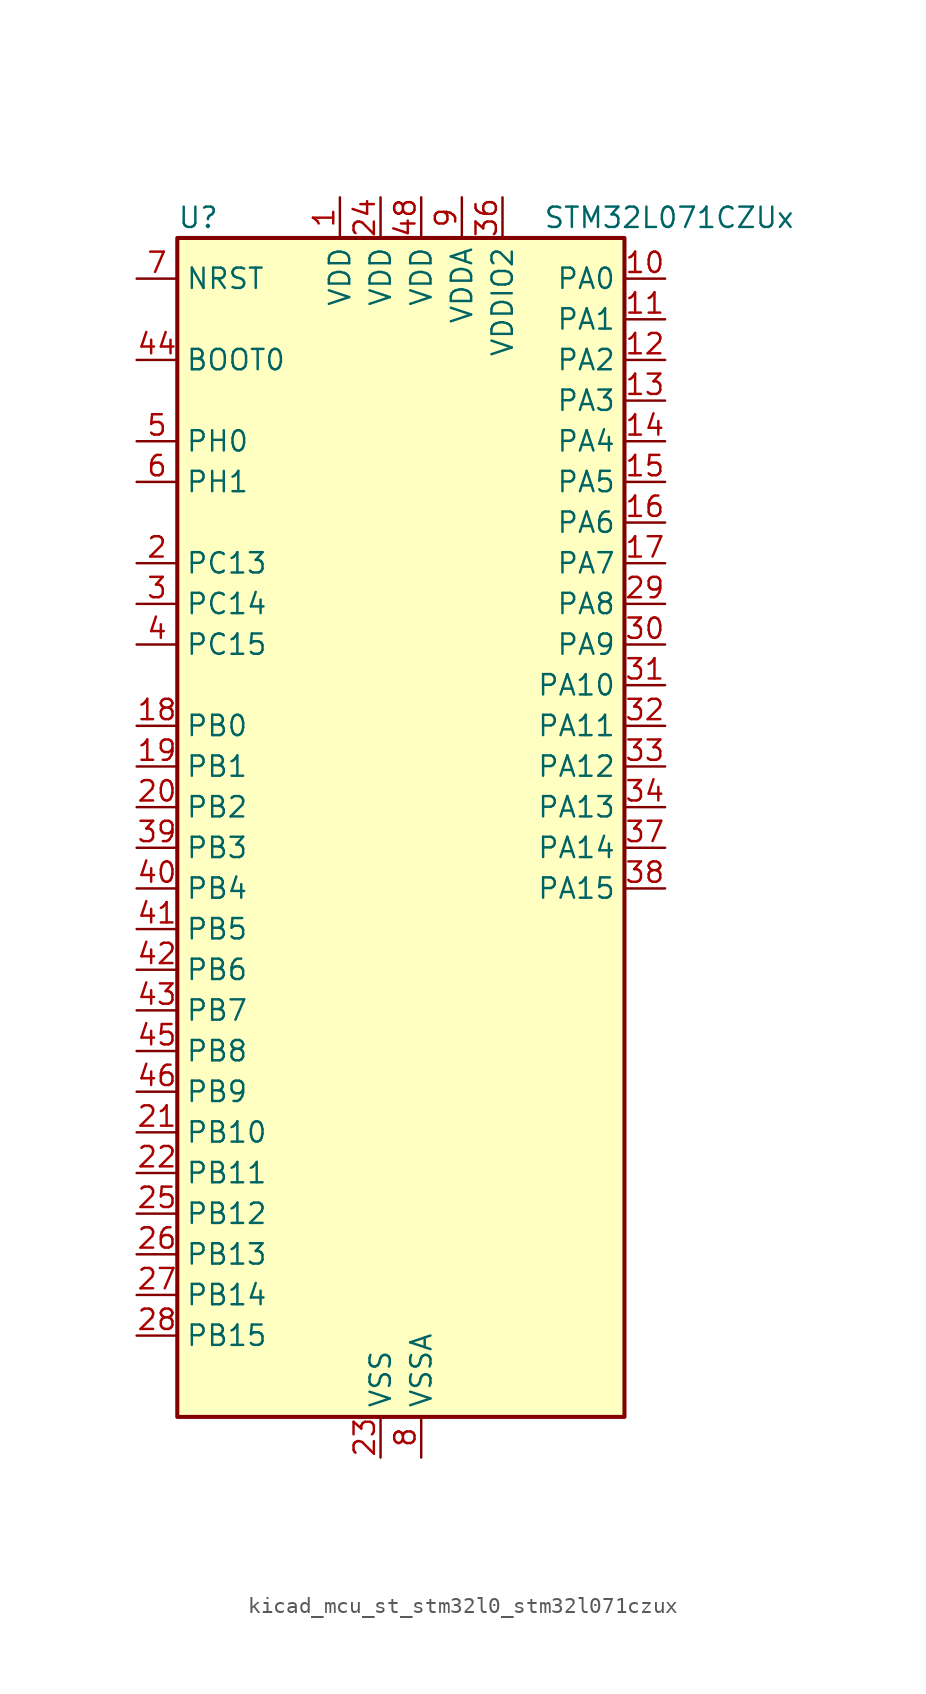
<source format=kicad_sym>
(kicad_symbol_lib
  (version 20220914)
  (generator kicad_symbol_editor)
  (symbol "kicad_mcu_st_stm32l0_stm32l071czux"
    (property "Reference" "U"
      (at -12.7 39.37 0)
      (effects (font (size 1.27 1.27)) (justify left)))
    (property "Value" "STM32L071CZUx"
      (at 10.16 39.37 0)
      (effects (font (size 1.27 1.27)) (justify left)))
    (property "ki_locked" ""
      (at 0 0 0)
      (effects (font (size 1.27 1.27))))
    (symbol "kicad_mcu_st_stm32l0_stm32l071czux_0_1"
      (rectangle (start -12.7 -35.56) (end 15.24 38.1) (stroke (width 0.254) (type default)) (fill (type background))))
    (symbol "kicad_mcu_st_stm32l0_stm32l071czux_1_1"
      (pin power_in line (at -2.54 40.64 270) (length 2.54) (name "VDD" (effects (font (size 1.27 1.27)))) (number "1" (effects (font (size 1.27 1.27)))))
      (pin bidirectional line (at 17.78 35.56 180) (length 2.54) (name "PA0" (effects (font (size 1.27 1.27)))) (number "10" (effects (font (size 1.27 1.27)))) (alternate "ADC_IN0" bidirectional line) (alternate "COMP1_INM" bidirectional line) (alternate "COMP1_OUT" bidirectional line) (alternate "RTC_TAMP2" bidirectional line) (alternate "SYS_WKUP1" bidirectional line) (alternate "TIM2_CH1" bidirectional line) (alternate "TIM2_ETR" bidirectional line) (alternate "USART2_CTS" bidirectional line) (alternate "USART4_TX" bidirectional line))
      (pin bidirectional line (at 17.78 33.02 180) (length 2.54) (name "PA1" (effects (font (size 1.27 1.27)))) (number "11" (effects (font (size 1.27 1.27)))) (alternate "ADC_IN1" bidirectional line) (alternate "COMP1_INP" bidirectional line) (alternate "TIM21_ETR" bidirectional line) (alternate "TIM2_CH2" bidirectional line) (alternate "USART2_DE" bidirectional line) (alternate "USART2_RTS" bidirectional line) (alternate "USART4_RX" bidirectional line))
      (pin bidirectional line (at 17.78 30.48 180) (length 2.54) (name "PA2" (effects (font (size 1.27 1.27)))) (number "12" (effects (font (size 1.27 1.27)))) (alternate "ADC_IN2" bidirectional line) (alternate "COMP2_INM" bidirectional line) (alternate "COMP2_OUT" bidirectional line) (alternate "LPUART1_TX" bidirectional line) (alternate "TIM21_CH1" bidirectional line) (alternate "TIM2_CH3" bidirectional line) (alternate "USART2_TX" bidirectional line))
      (pin bidirectional line (at 17.78 27.94 180) (length 2.54) (name "PA3" (effects (font (size 1.27 1.27)))) (number "13" (effects (font (size 1.27 1.27)))) (alternate "ADC_IN3" bidirectional line) (alternate "COMP2_INP" bidirectional line) (alternate "LPUART1_RX" bidirectional line) (alternate "TIM21_CH2" bidirectional line) (alternate "TIM2_CH4" bidirectional line) (alternate "USART2_RX" bidirectional line))
      (pin bidirectional line (at 17.78 25.4 180) (length 2.54) (name "PA4" (effects (font (size 1.27 1.27)))) (number "14" (effects (font (size 1.27 1.27)))) (alternate "ADC_IN4" bidirectional line) (alternate "COMP1_INM" bidirectional line) (alternate "COMP2_INM" bidirectional line) (alternate "SPI1_NSS" bidirectional line) (alternate "TIM22_ETR" bidirectional line) (alternate "USART2_CK" bidirectional line))
      (pin bidirectional line (at 17.78 22.86 180) (length 2.54) (name "PA5" (effects (font (size 1.27 1.27)))) (number "15" (effects (font (size 1.27 1.27)))) (alternate "ADC_IN5" bidirectional line) (alternate "COMP1_INM" bidirectional line) (alternate "COMP2_INM" bidirectional line) (alternate "SPI1_SCK" bidirectional line) (alternate "TIM2_CH1" bidirectional line) (alternate "TIM2_ETR" bidirectional line))
      (pin bidirectional line (at 17.78 20.32 180) (length 2.54) (name "PA6" (effects (font (size 1.27 1.27)))) (number "16" (effects (font (size 1.27 1.27)))) (alternate "ADC_IN6" bidirectional line) (alternate "COMP1_OUT" bidirectional line) (alternate "LPUART1_CTS" bidirectional line) (alternate "SPI1_MISO" bidirectional line) (alternate "TIM22_CH1" bidirectional line) (alternate "TIM3_CH1" bidirectional line))
      (pin bidirectional line (at 17.78 17.78 180) (length 2.54) (name "PA7" (effects (font (size 1.27 1.27)))) (number "17" (effects (font (size 1.27 1.27)))) (alternate "ADC_IN7" bidirectional line) (alternate "COMP2_OUT" bidirectional line) (alternate "SPI1_MOSI" bidirectional line) (alternate "TIM22_CH2" bidirectional line) (alternate "TIM3_CH2" bidirectional line))
      (pin bidirectional line (at -15.24 7.62 0) (length 2.54) (name "PB0" (effects (font (size 1.27 1.27)))) (number "18" (effects (font (size 1.27 1.27)))) (alternate "ADC_IN8" bidirectional line) (alternate "SYS_VREF_OUT_PB0" bidirectional line) (alternate "TIM3_CH3" bidirectional line))
      (pin bidirectional line (at -15.24 5.08 0) (length 2.54) (name "PB1" (effects (font (size 1.27 1.27)))) (number "19" (effects (font (size 1.27 1.27)))) (alternate "ADC_IN9" bidirectional line) (alternate "LPUART1_DE" bidirectional line) (alternate "LPUART1_RTS" bidirectional line) (alternate "SYS_VREF_OUT_PB1" bidirectional line) (alternate "TIM3_CH4" bidirectional line))
      (pin bidirectional line (at -15.24 17.78 0) (length 2.54) (name "PC13" (effects (font (size 1.27 1.27)))) (number "2" (effects (font (size 1.27 1.27)))) (alternate "RTC_OUT_ALARM" bidirectional line) (alternate "RTC_OUT_CALIB" bidirectional line) (alternate "RTC_TAMP1" bidirectional line) (alternate "RTC_TS" bidirectional line) (alternate "SYS_WKUP2" bidirectional line))
      (pin bidirectional line (at -15.24 2.54 0) (length 2.54) (name "PB2" (effects (font (size 1.27 1.27)))) (number "20" (effects (font (size 1.27 1.27)))) (alternate "I2C3_SMBA" bidirectional line) (alternate "LPTIM1_OUT" bidirectional line))
      (pin bidirectional line (at -15.24 -17.78 0) (length 2.54) (name "PB10" (effects (font (size 1.27 1.27)))) (number "21" (effects (font (size 1.27 1.27)))) (alternate "I2C2_SCL" bidirectional line) (alternate "LPUART1_RX" bidirectional line) (alternate "LPUART1_TX" bidirectional line) (alternate "SPI2_SCK" bidirectional line) (alternate "TIM2_CH3" bidirectional line))
      (pin bidirectional line (at -15.24 -20.32 0) (length 2.54) (name "PB11" (effects (font (size 1.27 1.27)))) (number "22" (effects (font (size 1.27 1.27)))) (alternate "ADC_EXTI11" bidirectional line) (alternate "I2C2_SDA" bidirectional line) (alternate "LPUART1_RX" bidirectional line) (alternate "LPUART1_TX" bidirectional line) (alternate "TIM2_CH4" bidirectional line))
      (pin power_in line (at 0 -38.1 90) (length 2.54) (name "VSS" (effects (font (size 1.27 1.27)))) (number "23" (effects (font (size 1.27 1.27)))))
      (pin power_in line (at 0 40.64 270) (length 2.54) (name "VDD" (effects (font (size 1.27 1.27)))) (number "24" (effects (font (size 1.27 1.27)))))
      (pin bidirectional line (at -15.24 -22.86 0) (length 2.54) (name "PB12" (effects (font (size 1.27 1.27)))) (number "25" (effects (font (size 1.27 1.27)))) (alternate "I2S2_WS" bidirectional line) (alternate "LPUART1_DE" bidirectional line) (alternate "LPUART1_RTS" bidirectional line) (alternate "SPI2_NSS" bidirectional line))
      (pin bidirectional line (at -15.24 -25.4 0) (length 2.54) (name "PB13" (effects (font (size 1.27 1.27)))) (number "26" (effects (font (size 1.27 1.27)))) (alternate "I2C2_SCL" bidirectional line) (alternate "I2S2_CK" bidirectional line) (alternate "LPUART1_CTS" bidirectional line) (alternate "RCC_MCO" bidirectional line) (alternate "SPI2_SCK" bidirectional line) (alternate "TIM21_CH1" bidirectional line))
      (pin bidirectional line (at -15.24 -27.94 0) (length 2.54) (name "PB14" (effects (font (size 1.27 1.27)))) (number "27" (effects (font (size 1.27 1.27)))) (alternate "I2C2_SDA" bidirectional line) (alternate "I2S2_MCK" bidirectional line) (alternate "LPUART1_DE" bidirectional line) (alternate "LPUART1_RTS" bidirectional line) (alternate "RTC_OUT_ALARM" bidirectional line) (alternate "RTC_OUT_CALIB" bidirectional line) (alternate "SPI2_MISO" bidirectional line) (alternate "TIM21_CH2" bidirectional line))
      (pin bidirectional line (at -15.24 -30.48 0) (length 2.54) (name "PB15" (effects (font (size 1.27 1.27)))) (number "28" (effects (font (size 1.27 1.27)))) (alternate "I2S2_SD" bidirectional line) (alternate "RTC_REFIN" bidirectional line) (alternate "SPI2_MOSI" bidirectional line))
      (pin bidirectional line (at 17.78 15.24 180) (length 2.54) (name "PA8" (effects (font (size 1.27 1.27)))) (number "29" (effects (font (size 1.27 1.27)))) (alternate "I2C3_SCL" bidirectional line) (alternate "RCC_MCO" bidirectional line) (alternate "USART1_CK" bidirectional line))
      (pin bidirectional line (at -15.24 15.24 0) (length 2.54) (name "PC14" (effects (font (size 1.27 1.27)))) (number "3" (effects (font (size 1.27 1.27)))) (alternate "RCC_OSC32_IN" bidirectional line))
      (pin bidirectional line (at 17.78 12.7 180) (length 2.54) (name "PA9" (effects (font (size 1.27 1.27)))) (number "30" (effects (font (size 1.27 1.27)))) (alternate "I2C1_SCL" bidirectional line) (alternate "I2C3_SMBA" bidirectional line) (alternate "RCC_MCO" bidirectional line) (alternate "USART1_TX" bidirectional line))
      (pin bidirectional line (at 17.78 10.16 180) (length 2.54) (name "PA10" (effects (font (size 1.27 1.27)))) (number "31" (effects (font (size 1.27 1.27)))) (alternate "I2C1_SDA" bidirectional line) (alternate "USART1_RX" bidirectional line))
      (pin bidirectional line (at 17.78 7.62 180) (length 2.54) (name "PA11" (effects (font (size 1.27 1.27)))) (number "32" (effects (font (size 1.27 1.27)))) (alternate "ADC_EXTI11" bidirectional line) (alternate "COMP1_OUT" bidirectional line) (alternate "SPI1_MISO" bidirectional line) (alternate "USART1_CTS" bidirectional line))
      (pin bidirectional line (at 17.78 5.08 180) (length 2.54) (name "PA12" (effects (font (size 1.27 1.27)))) (number "33" (effects (font (size 1.27 1.27)))) (alternate "COMP2_OUT" bidirectional line) (alternate "SPI1_MOSI" bidirectional line) (alternate "USART1_DE" bidirectional line) (alternate "USART1_RTS" bidirectional line))
      (pin bidirectional line (at 17.78 2.54 180) (length 2.54) (name "PA13" (effects (font (size 1.27 1.27)))) (number "34" (effects (font (size 1.27 1.27)))) (alternate "LPUART1_RX" bidirectional line) (alternate "SYS_SWDIO" bidirectional line))
      (pin passive line (at 0 -38.1 90) (length 2.54) hide (name "VSS" (effects (font (size 1.27 1.27)))) (number "35" (effects (font (size 1.27 1.27)))))
      (pin power_in line (at 7.62 40.64 270) (length 2.54) (name "VDDIO2" (effects (font (size 1.27 1.27)))) (number "36" (effects (font (size 1.27 1.27)))))
      (pin bidirectional line (at 17.78 0 180) (length 2.54) (name "PA14" (effects (font (size 1.27 1.27)))) (number "37" (effects (font (size 1.27 1.27)))) (alternate "LPUART1_TX" bidirectional line) (alternate "SYS_SWCLK" bidirectional line) (alternate "USART2_TX" bidirectional line))
      (pin bidirectional line (at 17.78 -2.54 180) (length 2.54) (name "PA15" (effects (font (size 1.27 1.27)))) (number "38" (effects (font (size 1.27 1.27)))) (alternate "SPI1_NSS" bidirectional line) (alternate "TIM2_CH1" bidirectional line) (alternate "TIM2_ETR" bidirectional line) (alternate "USART2_RX" bidirectional line) (alternate "USART4_DE" bidirectional line) (alternate "USART4_RTS" bidirectional line))
      (pin bidirectional line (at -15.24 0 0) (length 2.54) (name "PB3" (effects (font (size 1.27 1.27)))) (number "39" (effects (font (size 1.27 1.27)))) (alternate "COMP2_INM" bidirectional line) (alternate "SPI1_SCK" bidirectional line) (alternate "TIM2_CH2" bidirectional line) (alternate "USART1_DE" bidirectional line) (alternate "USART1_RTS" bidirectional line) (alternate "USART5_TX" bidirectional line))
      (pin bidirectional line (at -15.24 12.7 0) (length 2.54) (name "PC15" (effects (font (size 1.27 1.27)))) (number "4" (effects (font (size 1.27 1.27)))) (alternate "RCC_OSC32_OUT" bidirectional line))
      (pin bidirectional line (at -15.24 -2.54 0) (length 2.54) (name "PB4" (effects (font (size 1.27 1.27)))) (number "40" (effects (font (size 1.27 1.27)))) (alternate "COMP2_INP" bidirectional line) (alternate "I2C3_SDA" bidirectional line) (alternate "SPI1_MISO" bidirectional line) (alternate "TIM22_CH1" bidirectional line) (alternate "TIM3_CH1" bidirectional line) (alternate "USART1_CTS" bidirectional line) (alternate "USART5_RX" bidirectional line))
      (pin bidirectional line (at -15.24 -5.08 0) (length 2.54) (name "PB5" (effects (font (size 1.27 1.27)))) (number "41" (effects (font (size 1.27 1.27)))) (alternate "COMP2_INP" bidirectional line) (alternate "I2C1_SMBA" bidirectional line) (alternate "LPTIM1_IN1" bidirectional line) (alternate "SPI1_MOSI" bidirectional line) (alternate "TIM22_CH2" bidirectional line) (alternate "TIM3_CH2" bidirectional line) (alternate "USART1_CK" bidirectional line) (alternate "USART5_CK" bidirectional line) (alternate "USART5_DE" bidirectional line) (alternate "USART5_RTS" bidirectional line))
      (pin bidirectional line (at -15.24 -7.62 0) (length 2.54) (name "PB6" (effects (font (size 1.27 1.27)))) (number "42" (effects (font (size 1.27 1.27)))) (alternate "COMP2_INP" bidirectional line) (alternate "I2C1_SCL" bidirectional line) (alternate "LPTIM1_ETR" bidirectional line) (alternate "USART1_TX" bidirectional line))
      (pin bidirectional line (at -15.24 -10.16 0) (length 2.54) (name "PB7" (effects (font (size 1.27 1.27)))) (number "43" (effects (font (size 1.27 1.27)))) (alternate "COMP2_INP" bidirectional line) (alternate "I2C1_SDA" bidirectional line) (alternate "LPTIM1_IN2" bidirectional line) (alternate "SYS_PVD_IN" bidirectional line) (alternate "USART1_RX" bidirectional line) (alternate "USART4_CTS" bidirectional line))
      (pin input line (at -15.24 30.48 0) (length 2.54) (name "BOOT0" (effects (font (size 1.27 1.27)))) (number "44" (effects (font (size 1.27 1.27)))))
      (pin bidirectional line (at -15.24 -12.7 0) (length 2.54) (name "PB8" (effects (font (size 1.27 1.27)))) (number "45" (effects (font (size 1.27 1.27)))) (alternate "I2C1_SCL" bidirectional line))
      (pin bidirectional line (at -15.24 -15.24 0) (length 2.54) (name "PB9" (effects (font (size 1.27 1.27)))) (number "46" (effects (font (size 1.27 1.27)))) (alternate "I2C1_SDA" bidirectional line) (alternate "I2S2_WS" bidirectional line) (alternate "SPI2_NSS" bidirectional line))
      (pin passive line (at 0 -38.1 90) (length 2.54) hide (name "VSS" (effects (font (size 1.27 1.27)))) (number "47" (effects (font (size 1.27 1.27)))))
      (pin power_in line (at 2.54 40.64 270) (length 2.54) (name "VDD" (effects (font (size 1.27 1.27)))) (number "48" (effects (font (size 1.27 1.27)))))
      (pin passive line (at 0 -38.1 90) (length 2.54) hide (name "VSS" (effects (font (size 1.27 1.27)))) (number "49" (effects (font (size 1.27 1.27)))))
      (pin bidirectional line (at -15.24 25.4 0) (length 2.54) (name "PH0" (effects (font (size 1.27 1.27)))) (number "5" (effects (font (size 1.27 1.27)))) (alternate "RCC_OSC_IN" bidirectional line))
      (pin bidirectional line (at -15.24 22.86 0) (length 2.54) (name "PH1" (effects (font (size 1.27 1.27)))) (number "6" (effects (font (size 1.27 1.27)))) (alternate "RCC_OSC_OUT" bidirectional line))
      (pin input line (at -15.24 35.56 0) (length 2.54) (name "NRST" (effects (font (size 1.27 1.27)))) (number "7" (effects (font (size 1.27 1.27)))))
      (pin power_in line (at 2.54 -38.1 90) (length 2.54) (name "VSSA" (effects (font (size 1.27 1.27)))) (number "8" (effects (font (size 1.27 1.27)))))
      (pin power_in line (at 5.08 40.64 270) (length 2.54) (name "VDDA" (effects (font (size 1.27 1.27)))) (number "9" (effects (font (size 1.27 1.27))))))))
</source>
